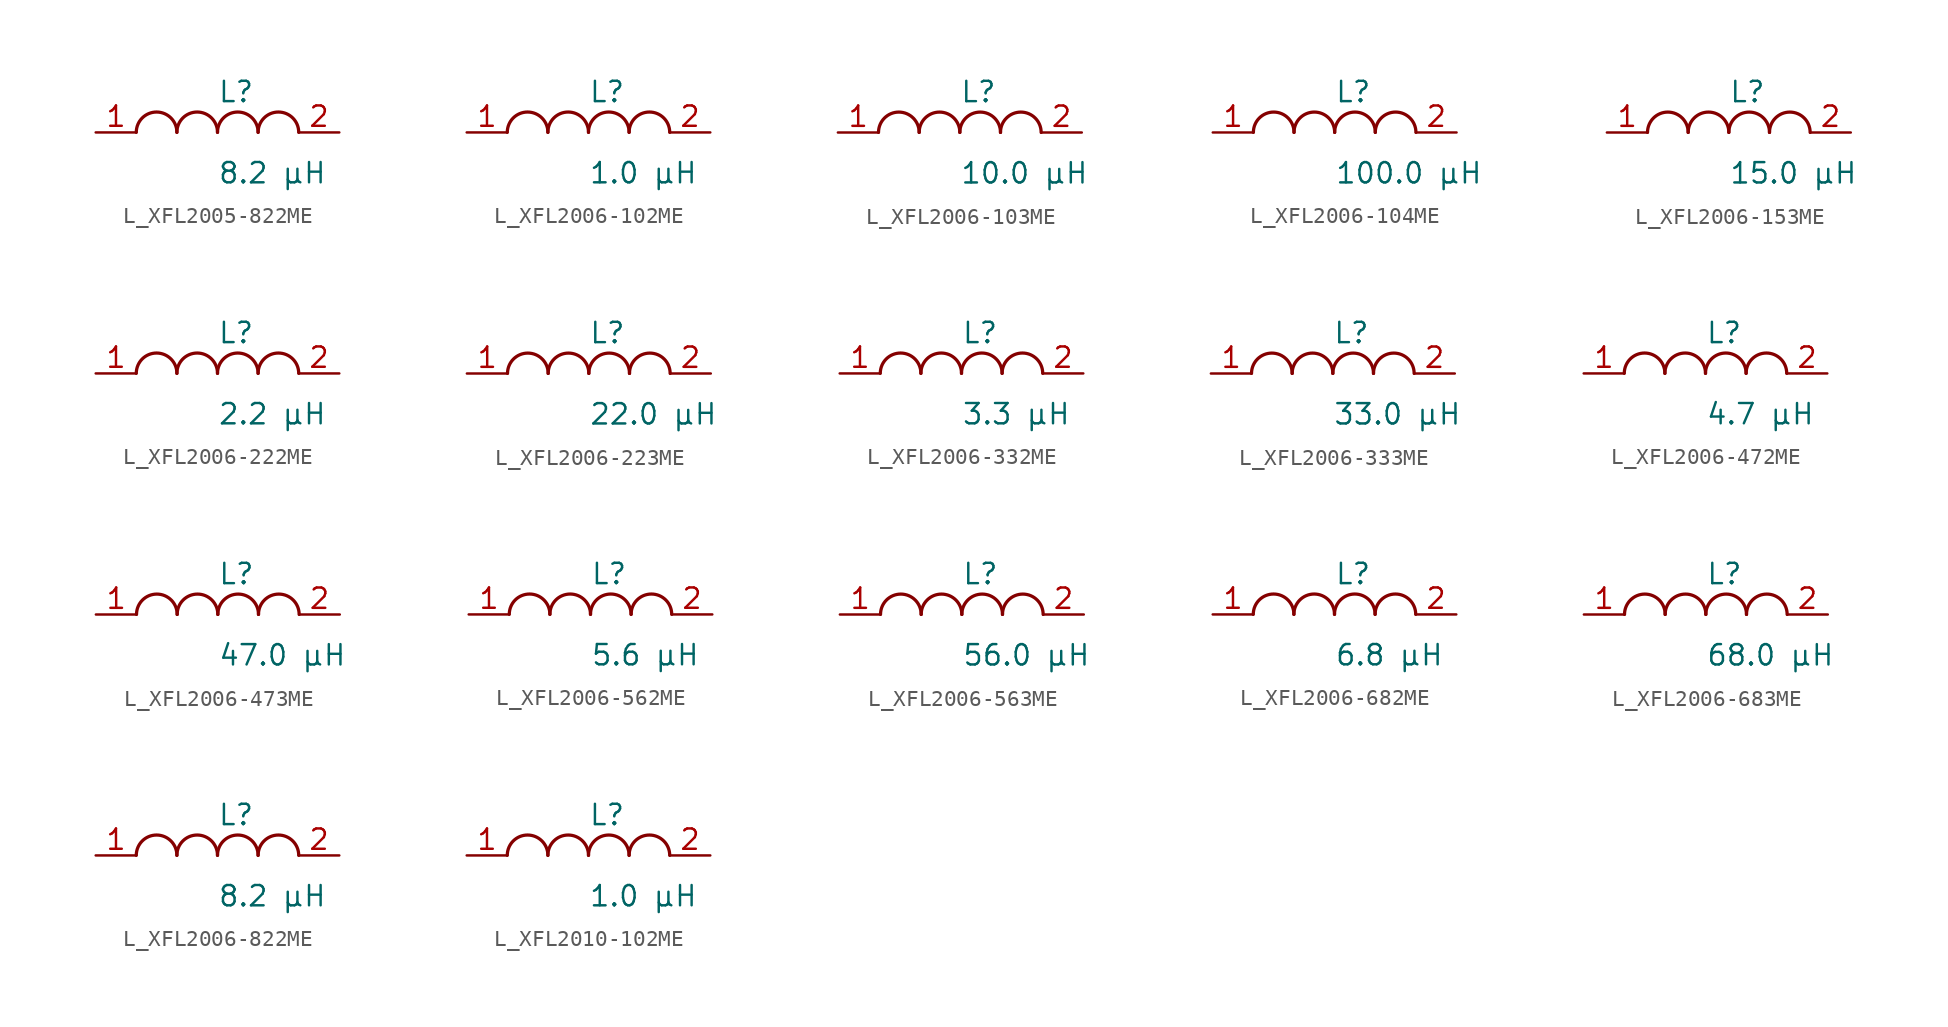
<source format=kicad_sym>
(kicad_symbol_lib
  (version 20231120)
  (generator kicad_symbol_editor)
  (generator_version 8.0)
  (symbol "L_XFL2005-822ME"
    (pin_names
      (offset 0.254))
    (property "Reference" "L"
      (at 0.0 2.54 0)
      (effects (font (size 1.27 1.27)) (justify left)))
    (property "Value" "8.2 µH"
      (at 0.0 -2.54 0)
      (effects (font (size 1.27 1.27)) (justify left)))
    (symbol "L_XFL2005-822ME_1_1"
      (arc (start -2.54 0.0056) (mid -3.81 1.27) (end -5.08 0.0056) (stroke (width 0.2032) (type default)) (fill (type none)))
      (arc (start 0 0.0056) (mid -1.27 1.27) (end -2.54 0.0056) (stroke (width 0.2032) (type default)) (fill (type none)))
      (arc (start 2.54 0.0056) (mid 1.27 1.27) (end 0 0.0056) (stroke (width 0.2032) (type default)) (fill (type none)))
      (arc (start 5.08 0.0056) (mid 3.81 1.27) (end 2.54 0.0056) (stroke (width 0.2032) (type default)) (fill (type none)))
      (pin unspecified line (at -7.62 0 0) (length 2.54) (name "" (effects (font (size 1.27 1.27)))) (number "1" (effects (font (size 1.27 1.27)))))
      (pin unspecified line (at 7.62 0 180) (length 2.54) (name "" (effects (font (size 1.27 1.27)))) (number "2" (effects (font (size 1.27 1.27)))))))
  (symbol "L_XFL2006-102ME"
    (pin_names
      (offset 0.254))
    (property "Reference" "L"
      (at 0.0 2.54 0)
      (effects (font (size 1.27 1.27)) (justify left)))
    (property "Value" "1.0 µH"
      (at 0.0 -2.54 0)
      (effects (font (size 1.27 1.27)) (justify left)))
    (symbol "L_XFL2006-102ME_1_1"
      (arc (start -2.54 0.0056) (mid -3.81 1.27) (end -5.08 0.0056) (stroke (width 0.2032) (type default)) (fill (type none)))
      (arc (start 0 0.0056) (mid -1.27 1.27) (end -2.54 0.0056) (stroke (width 0.2032) (type default)) (fill (type none)))
      (arc (start 2.54 0.0056) (mid 1.27 1.27) (end 0 0.0056) (stroke (width 0.2032) (type default)) (fill (type none)))
      (arc (start 5.08 0.0056) (mid 3.81 1.27) (end 2.54 0.0056) (stroke (width 0.2032) (type default)) (fill (type none)))
      (pin unspecified line (at -7.62 0 0) (length 2.54) (name "" (effects (font (size 1.27 1.27)))) (number "1" (effects (font (size 1.27 1.27)))))
      (pin unspecified line (at 7.62 0 180) (length 2.54) (name "" (effects (font (size 1.27 1.27)))) (number "2" (effects (font (size 1.27 1.27)))))))
  (symbol "L_XFL2006-103ME"
    (pin_names
      (offset 0.254))
    (property "Reference" "L"
      (at 0.0 2.54 0)
      (effects (font (size 1.27 1.27)) (justify left)))
    (property "Value" "10.0 µH"
      (at 0.0 -2.54 0)
      (effects (font (size 1.27 1.27)) (justify left)))
    (symbol "L_XFL2006-103ME_1_1"
      (arc (start -2.54 0.0056) (mid -3.81 1.27) (end -5.08 0.0056) (stroke (width 0.2032) (type default)) (fill (type none)))
      (arc (start 0 0.0056) (mid -1.27 1.27) (end -2.54 0.0056) (stroke (width 0.2032) (type default)) (fill (type none)))
      (arc (start 2.54 0.0056) (mid 1.27 1.27) (end 0 0.0056) (stroke (width 0.2032) (type default)) (fill (type none)))
      (arc (start 5.08 0.0056) (mid 3.81 1.27) (end 2.54 0.0056) (stroke (width 0.2032) (type default)) (fill (type none)))
      (pin unspecified line (at -7.62 0 0) (length 2.54) (name "" (effects (font (size 1.27 1.27)))) (number "1" (effects (font (size 1.27 1.27)))))
      (pin unspecified line (at 7.62 0 180) (length 2.54) (name "" (effects (font (size 1.27 1.27)))) (number "2" (effects (font (size 1.27 1.27)))))))
  (symbol "L_XFL2006-104ME"
    (pin_names
      (offset 0.254))
    (property "Reference" "L"
      (at 0.0 2.54 0)
      (effects (font (size 1.27 1.27)) (justify left)))
    (property "Value" "100.0 µH"
      (at 0.0 -2.54 0)
      (effects (font (size 1.27 1.27)) (justify left)))
    (symbol "L_XFL2006-104ME_1_1"
      (arc (start -2.54 0.0056) (mid -3.81 1.27) (end -5.08 0.0056) (stroke (width 0.2032) (type default)) (fill (type none)))
      (arc (start 0 0.0056) (mid -1.27 1.27) (end -2.54 0.0056) (stroke (width 0.2032) (type default)) (fill (type none)))
      (arc (start 2.54 0.0056) (mid 1.27 1.27) (end 0 0.0056) (stroke (width 0.2032) (type default)) (fill (type none)))
      (arc (start 5.08 0.0056) (mid 3.81 1.27) (end 2.54 0.0056) (stroke (width 0.2032) (type default)) (fill (type none)))
      (pin unspecified line (at -7.62 0 0) (length 2.54) (name "" (effects (font (size 1.27 1.27)))) (number "1" (effects (font (size 1.27 1.27)))))
      (pin unspecified line (at 7.62 0 180) (length 2.54) (name "" (effects (font (size 1.27 1.27)))) (number "2" (effects (font (size 1.27 1.27)))))))
  (symbol "L_XFL2006-153ME"
    (pin_names
      (offset 0.254))
    (property "Reference" "L"
      (at 0.0 2.54 0)
      (effects (font (size 1.27 1.27)) (justify left)))
    (property "Value" "15.0 µH"
      (at 0.0 -2.54 0)
      (effects (font (size 1.27 1.27)) (justify left)))
    (symbol "L_XFL2006-153ME_1_1"
      (arc (start -2.54 0.0056) (mid -3.81 1.27) (end -5.08 0.0056) (stroke (width 0.2032) (type default)) (fill (type none)))
      (arc (start 0 0.0056) (mid -1.27 1.27) (end -2.54 0.0056) (stroke (width 0.2032) (type default)) (fill (type none)))
      (arc (start 2.54 0.0056) (mid 1.27 1.27) (end 0 0.0056) (stroke (width 0.2032) (type default)) (fill (type none)))
      (arc (start 5.08 0.0056) (mid 3.81 1.27) (end 2.54 0.0056) (stroke (width 0.2032) (type default)) (fill (type none)))
      (pin unspecified line (at -7.62 0 0) (length 2.54) (name "" (effects (font (size 1.27 1.27)))) (number "1" (effects (font (size 1.27 1.27)))))
      (pin unspecified line (at 7.62 0 180) (length 2.54) (name "" (effects (font (size 1.27 1.27)))) (number "2" (effects (font (size 1.27 1.27)))))))
  (symbol "L_XFL2006-222ME"
    (pin_names
      (offset 0.254))
    (property "Reference" "L"
      (at 0.0 2.54 0)
      (effects (font (size 1.27 1.27)) (justify left)))
    (property "Value" "2.2 µH"
      (at 0.0 -2.54 0)
      (effects (font (size 1.27 1.27)) (justify left)))
    (symbol "L_XFL2006-222ME_1_1"
      (arc (start -2.54 0.0056) (mid -3.81 1.27) (end -5.08 0.0056) (stroke (width 0.2032) (type default)) (fill (type none)))
      (arc (start 0 0.0056) (mid -1.27 1.27) (end -2.54 0.0056) (stroke (width 0.2032) (type default)) (fill (type none)))
      (arc (start 2.54 0.0056) (mid 1.27 1.27) (end 0 0.0056) (stroke (width 0.2032) (type default)) (fill (type none)))
      (arc (start 5.08 0.0056) (mid 3.81 1.27) (end 2.54 0.0056) (stroke (width 0.2032) (type default)) (fill (type none)))
      (pin unspecified line (at -7.62 0 0) (length 2.54) (name "" (effects (font (size 1.27 1.27)))) (number "1" (effects (font (size 1.27 1.27)))))
      (pin unspecified line (at 7.62 0 180) (length 2.54) (name "" (effects (font (size 1.27 1.27)))) (number "2" (effects (font (size 1.27 1.27)))))))
  (symbol "L_XFL2006-223ME"
    (pin_names
      (offset 0.254))
    (property "Reference" "L"
      (at 0.0 2.54 0)
      (effects (font (size 1.27 1.27)) (justify left)))
    (property "Value" "22.0 µH"
      (at 0.0 -2.54 0)
      (effects (font (size 1.27 1.27)) (justify left)))
    (symbol "L_XFL2006-223ME_1_1"
      (arc (start -2.54 0.0056) (mid -3.81 1.27) (end -5.08 0.0056) (stroke (width 0.2032) (type default)) (fill (type none)))
      (arc (start 0 0.0056) (mid -1.27 1.27) (end -2.54 0.0056) (stroke (width 0.2032) (type default)) (fill (type none)))
      (arc (start 2.54 0.0056) (mid 1.27 1.27) (end 0 0.0056) (stroke (width 0.2032) (type default)) (fill (type none)))
      (arc (start 5.08 0.0056) (mid 3.81 1.27) (end 2.54 0.0056) (stroke (width 0.2032) (type default)) (fill (type none)))
      (pin unspecified line (at -7.62 0 0) (length 2.54) (name "" (effects (font (size 1.27 1.27)))) (number "1" (effects (font (size 1.27 1.27)))))
      (pin unspecified line (at 7.62 0 180) (length 2.54) (name "" (effects (font (size 1.27 1.27)))) (number "2" (effects (font (size 1.27 1.27)))))))
  (symbol "L_XFL2006-332ME"
    (pin_names
      (offset 0.254))
    (property "Reference" "L"
      (at 0.0 2.54 0)
      (effects (font (size 1.27 1.27)) (justify left)))
    (property "Value" "3.3 µH"
      (at 0.0 -2.54 0)
      (effects (font (size 1.27 1.27)) (justify left)))
    (symbol "L_XFL2006-332ME_1_1"
      (arc (start -2.54 0.0056) (mid -3.81 1.27) (end -5.08 0.0056) (stroke (width 0.2032) (type default)) (fill (type none)))
      (arc (start 0 0.0056) (mid -1.27 1.27) (end -2.54 0.0056) (stroke (width 0.2032) (type default)) (fill (type none)))
      (arc (start 2.54 0.0056) (mid 1.27 1.27) (end 0 0.0056) (stroke (width 0.2032) (type default)) (fill (type none)))
      (arc (start 5.08 0.0056) (mid 3.81 1.27) (end 2.54 0.0056) (stroke (width 0.2032) (type default)) (fill (type none)))
      (pin unspecified line (at -7.62 0 0) (length 2.54) (name "" (effects (font (size 1.27 1.27)))) (number "1" (effects (font (size 1.27 1.27)))))
      (pin unspecified line (at 7.62 0 180) (length 2.54) (name "" (effects (font (size 1.27 1.27)))) (number "2" (effects (font (size 1.27 1.27)))))))
  (symbol "L_XFL2006-333ME"
    (pin_names
      (offset 0.254))
    (property "Reference" "L"
      (at 0.0 2.54 0)
      (effects (font (size 1.27 1.27)) (justify left)))
    (property "Value" "33.0 µH"
      (at 0.0 -2.54 0)
      (effects (font (size 1.27 1.27)) (justify left)))
    (symbol "L_XFL2006-333ME_1_1"
      (arc (start -2.54 0.0056) (mid -3.81 1.27) (end -5.08 0.0056) (stroke (width 0.2032) (type default)) (fill (type none)))
      (arc (start 0 0.0056) (mid -1.27 1.27) (end -2.54 0.0056) (stroke (width 0.2032) (type default)) (fill (type none)))
      (arc (start 2.54 0.0056) (mid 1.27 1.27) (end 0 0.0056) (stroke (width 0.2032) (type default)) (fill (type none)))
      (arc (start 5.08 0.0056) (mid 3.81 1.27) (end 2.54 0.0056) (stroke (width 0.2032) (type default)) (fill (type none)))
      (pin unspecified line (at -7.62 0 0) (length 2.54) (name "" (effects (font (size 1.27 1.27)))) (number "1" (effects (font (size 1.27 1.27)))))
      (pin unspecified line (at 7.62 0 180) (length 2.54) (name "" (effects (font (size 1.27 1.27)))) (number "2" (effects (font (size 1.27 1.27)))))))
  (symbol "L_XFL2006-472ME"
    (pin_names
      (offset 0.254))
    (property "Reference" "L"
      (at 0.0 2.54 0)
      (effects (font (size 1.27 1.27)) (justify left)))
    (property "Value" "4.7 µH"
      (at 0.0 -2.54 0)
      (effects (font (size 1.27 1.27)) (justify left)))
    (symbol "L_XFL2006-472ME_1_1"
      (arc (start -2.54 0.0056) (mid -3.81 1.27) (end -5.08 0.0056) (stroke (width 0.2032) (type default)) (fill (type none)))
      (arc (start 0 0.0056) (mid -1.27 1.27) (end -2.54 0.0056) (stroke (width 0.2032) (type default)) (fill (type none)))
      (arc (start 2.54 0.0056) (mid 1.27 1.27) (end 0 0.0056) (stroke (width 0.2032) (type default)) (fill (type none)))
      (arc (start 5.08 0.0056) (mid 3.81 1.27) (end 2.54 0.0056) (stroke (width 0.2032) (type default)) (fill (type none)))
      (pin unspecified line (at -7.62 0 0) (length 2.54) (name "" (effects (font (size 1.27 1.27)))) (number "1" (effects (font (size 1.27 1.27)))))
      (pin unspecified line (at 7.62 0 180) (length 2.54) (name "" (effects (font (size 1.27 1.27)))) (number "2" (effects (font (size 1.27 1.27)))))))
  (symbol "L_XFL2006-473ME"
    (pin_names
      (offset 0.254))
    (property "Reference" "L"
      (at 0.0 2.54 0)
      (effects (font (size 1.27 1.27)) (justify left)))
    (property "Value" "47.0 µH"
      (at 0.0 -2.54 0)
      (effects (font (size 1.27 1.27)) (justify left)))
    (symbol "L_XFL2006-473ME_1_1"
      (arc (start -2.54 0.0056) (mid -3.81 1.27) (end -5.08 0.0056) (stroke (width 0.2032) (type default)) (fill (type none)))
      (arc (start 0 0.0056) (mid -1.27 1.27) (end -2.54 0.0056) (stroke (width 0.2032) (type default)) (fill (type none)))
      (arc (start 2.54 0.0056) (mid 1.27 1.27) (end 0 0.0056) (stroke (width 0.2032) (type default)) (fill (type none)))
      (arc (start 5.08 0.0056) (mid 3.81 1.27) (end 2.54 0.0056) (stroke (width 0.2032) (type default)) (fill (type none)))
      (pin unspecified line (at -7.62 0 0) (length 2.54) (name "" (effects (font (size 1.27 1.27)))) (number "1" (effects (font (size 1.27 1.27)))))
      (pin unspecified line (at 7.62 0 180) (length 2.54) (name "" (effects (font (size 1.27 1.27)))) (number "2" (effects (font (size 1.27 1.27)))))))
  (symbol "L_XFL2006-562ME"
    (pin_names
      (offset 0.254))
    (property "Reference" "L"
      (at 0.0 2.54 0)
      (effects (font (size 1.27 1.27)) (justify left)))
    (property "Value" "5.6 µH"
      (at 0.0 -2.54 0)
      (effects (font (size 1.27 1.27)) (justify left)))
    (symbol "L_XFL2006-562ME_1_1"
      (arc (start -2.54 0.0056) (mid -3.81 1.27) (end -5.08 0.0056) (stroke (width 0.2032) (type default)) (fill (type none)))
      (arc (start 0 0.0056) (mid -1.27 1.27) (end -2.54 0.0056) (stroke (width 0.2032) (type default)) (fill (type none)))
      (arc (start 2.54 0.0056) (mid 1.27 1.27) (end 0 0.0056) (stroke (width 0.2032) (type default)) (fill (type none)))
      (arc (start 5.08 0.0056) (mid 3.81 1.27) (end 2.54 0.0056) (stroke (width 0.2032) (type default)) (fill (type none)))
      (pin unspecified line (at -7.62 0 0) (length 2.54) (name "" (effects (font (size 1.27 1.27)))) (number "1" (effects (font (size 1.27 1.27)))))
      (pin unspecified line (at 7.62 0 180) (length 2.54) (name "" (effects (font (size 1.27 1.27)))) (number "2" (effects (font (size 1.27 1.27)))))))
  (symbol "L_XFL2006-563ME"
    (pin_names
      (offset 0.254))
    (property "Reference" "L"
      (at 0.0 2.54 0)
      (effects (font (size 1.27 1.27)) (justify left)))
    (property "Value" "56.0 µH"
      (at 0.0 -2.54 0)
      (effects (font (size 1.27 1.27)) (justify left)))
    (symbol "L_XFL2006-563ME_1_1"
      (arc (start -2.54 0.0056) (mid -3.81 1.27) (end -5.08 0.0056) (stroke (width 0.2032) (type default)) (fill (type none)))
      (arc (start 0 0.0056) (mid -1.27 1.27) (end -2.54 0.0056) (stroke (width 0.2032) (type default)) (fill (type none)))
      (arc (start 2.54 0.0056) (mid 1.27 1.27) (end 0 0.0056) (stroke (width 0.2032) (type default)) (fill (type none)))
      (arc (start 5.08 0.0056) (mid 3.81 1.27) (end 2.54 0.0056) (stroke (width 0.2032) (type default)) (fill (type none)))
      (pin unspecified line (at -7.62 0 0) (length 2.54) (name "" (effects (font (size 1.27 1.27)))) (number "1" (effects (font (size 1.27 1.27)))))
      (pin unspecified line (at 7.62 0 180) (length 2.54) (name "" (effects (font (size 1.27 1.27)))) (number "2" (effects (font (size 1.27 1.27)))))))
  (symbol "L_XFL2006-682ME"
    (pin_names
      (offset 0.254))
    (property "Reference" "L"
      (at 0.0 2.54 0)
      (effects (font (size 1.27 1.27)) (justify left)))
    (property "Value" "6.8 µH"
      (at 0.0 -2.54 0)
      (effects (font (size 1.27 1.27)) (justify left)))
    (symbol "L_XFL2006-682ME_1_1"
      (arc (start -2.54 0.0056) (mid -3.81 1.27) (end -5.08 0.0056) (stroke (width 0.2032) (type default)) (fill (type none)))
      (arc (start 0 0.0056) (mid -1.27 1.27) (end -2.54 0.0056) (stroke (width 0.2032) (type default)) (fill (type none)))
      (arc (start 2.54 0.0056) (mid 1.27 1.27) (end 0 0.0056) (stroke (width 0.2032) (type default)) (fill (type none)))
      (arc (start 5.08 0.0056) (mid 3.81 1.27) (end 2.54 0.0056) (stroke (width 0.2032) (type default)) (fill (type none)))
      (pin unspecified line (at -7.62 0 0) (length 2.54) (name "" (effects (font (size 1.27 1.27)))) (number "1" (effects (font (size 1.27 1.27)))))
      (pin unspecified line (at 7.62 0 180) (length 2.54) (name "" (effects (font (size 1.27 1.27)))) (number "2" (effects (font (size 1.27 1.27)))))))
  (symbol "L_XFL2006-683ME"
    (pin_names
      (offset 0.254))
    (property "Reference" "L"
      (at 0.0 2.54 0)
      (effects (font (size 1.27 1.27)) (justify left)))
    (property "Value" "68.0 µH"
      (at 0.0 -2.54 0)
      (effects (font (size 1.27 1.27)) (justify left)))
    (symbol "L_XFL2006-683ME_1_1"
      (arc (start -2.54 0.0056) (mid -3.81 1.27) (end -5.08 0.0056) (stroke (width 0.2032) (type default)) (fill (type none)))
      (arc (start 0 0.0056) (mid -1.27 1.27) (end -2.54 0.0056) (stroke (width 0.2032) (type default)) (fill (type none)))
      (arc (start 2.54 0.0056) (mid 1.27 1.27) (end 0 0.0056) (stroke (width 0.2032) (type default)) (fill (type none)))
      (arc (start 5.08 0.0056) (mid 3.81 1.27) (end 2.54 0.0056) (stroke (width 0.2032) (type default)) (fill (type none)))
      (pin unspecified line (at -7.62 0 0) (length 2.54) (name "" (effects (font (size 1.27 1.27)))) (number "1" (effects (font (size 1.27 1.27)))))
      (pin unspecified line (at 7.62 0 180) (length 2.54) (name "" (effects (font (size 1.27 1.27)))) (number "2" (effects (font (size 1.27 1.27)))))))
  (symbol "L_XFL2006-822ME"
    (pin_names
      (offset 0.254))
    (property "Reference" "L"
      (at 0.0 2.54 0)
      (effects (font (size 1.27 1.27)) (justify left)))
    (property "Value" "8.2 µH"
      (at 0.0 -2.54 0)
      (effects (font (size 1.27 1.27)) (justify left)))
    (symbol "L_XFL2006-822ME_1_1"
      (arc (start -2.54 0.0056) (mid -3.81 1.27) (end -5.08 0.0056) (stroke (width 0.2032) (type default)) (fill (type none)))
      (arc (start 0 0.0056) (mid -1.27 1.27) (end -2.54 0.0056) (stroke (width 0.2032) (type default)) (fill (type none)))
      (arc (start 2.54 0.0056) (mid 1.27 1.27) (end 0 0.0056) (stroke (width 0.2032) (type default)) (fill (type none)))
      (arc (start 5.08 0.0056) (mid 3.81 1.27) (end 2.54 0.0056) (stroke (width 0.2032) (type default)) (fill (type none)))
      (pin unspecified line (at -7.62 0 0) (length 2.54) (name "" (effects (font (size 1.27 1.27)))) (number "1" (effects (font (size 1.27 1.27)))))
      (pin unspecified line (at 7.62 0 180) (length 2.54) (name "" (effects (font (size 1.27 1.27)))) (number "2" (effects (font (size 1.27 1.27)))))))
  (symbol "L_XFL2010-102ME"
    (pin_names
      (offset 0.254))
    (property "Reference" "L"
      (at 0.0 2.54 0)
      (effects (font (size 1.27 1.27)) (justify left)))
    (property "Value" "1.0 µH"
      (at 0.0 -2.54 0)
      (effects (font (size 1.27 1.27)) (justify left)))
    (symbol "L_XFL2010-102ME_1_1"
      (arc (start -2.54 0.0056) (mid -3.81 1.27) (end -5.08 0.0056) (stroke (width 0.2032) (type default)) (fill (type none)))
      (arc (start 0 0.0056) (mid -1.27 1.27) (end -2.54 0.0056) (stroke (width 0.2032) (type default)) (fill (type none)))
      (arc (start 2.54 0.0056) (mid 1.27 1.27) (end 0 0.0056) (stroke (width 0.2032) (type default)) (fill (type none)))
      (arc (start 5.08 0.0056) (mid 3.81 1.27) (end 2.54 0.0056) (stroke (width 0.2032) (type default)) (fill (type none)))
      (pin unspecified line (at -7.62 0 0) (length 2.54) (name "" (effects (font (size 1.27 1.27)))) (number "1" (effects (font (size 1.27 1.27)))))
      (pin unspecified line (at 7.62 0 180) (length 2.54) (name "" (effects (font (size 1.27 1.27)))) (number "2" (effects (font (size 1.27 1.27))))))))
</source>
